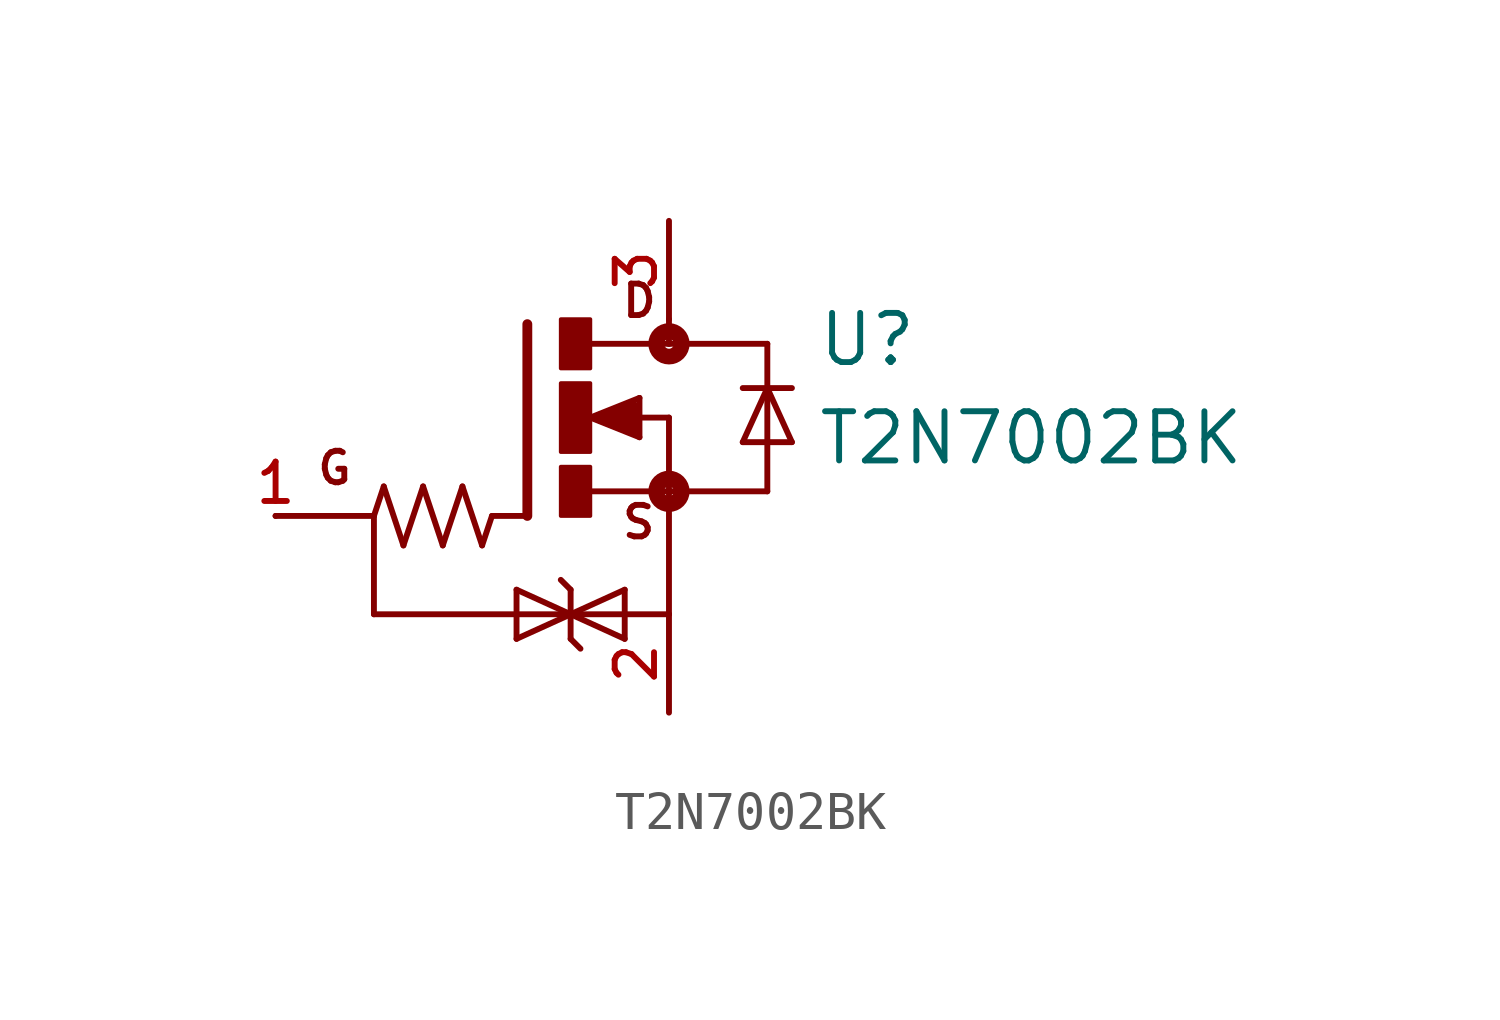
<source format=kicad_sym>
(kicad_symbol_lib
  (version 20211014)
  (generator kicad_symbol_editor)
  (symbol "T2N7002BK"
    (pin_names
      (offset 1.016))
    (property "Reference" "U"
      (at 6.35 1.27 0)
      (effects (font (size 1.27 1.27)) (justify bottom left)))
    (property "Value" "T2N7002BK"
      (at 6.35 -1.27 0)
      (effects (font (size 1.27 1.27)) (justify bottom left)))
    (symbol "T2N7002BK_0_0"
      (polyline (pts (xy -1.118 2.413) (xy -1.118 -2.54)) (stroke (width 0.254)))
      (polyline (pts (xy -1.118 -2.54) (xy -2.032 -2.54)) (stroke (width 0.152)))
      (polyline (pts (xy 2.54 1.905) (xy 0.533 1.905)) (stroke (width 0.152)))
      (polyline (pts (xy 2.54 0.0) (xy 2.54 -1.905)) (stroke (width 0.152)))
      (polyline (pts (xy 0.508 -1.905) (xy 2.54 -1.905)) (stroke (width 0.152)))
      (polyline (pts (xy 2.54 2.54) (xy 2.54 1.905)) (stroke (width 0.152)))
      (polyline (pts (xy 2.54 1.905) (xy 5.08 1.905)) (stroke (width 0.152)))
      (polyline (pts (xy 5.08 1.905) (xy 5.08 0.762)) (stroke (width 0.152)))
      (polyline (pts (xy 5.08 0.762) (xy 5.08 -1.905)) (stroke (width 0.152)))
      (polyline (pts (xy 5.08 -1.905) (xy 2.54 -1.905)) (stroke (width 0.152)))
      (polyline (pts (xy 5.08 0.762) (xy 4.445 -0.635)) (stroke (width 0.152)))
      (polyline (pts (xy 4.445 -0.635) (xy 5.715 -0.635)) (stroke (width 0.152)))
      (polyline (pts (xy 5.715 -0.635) (xy 5.08 0.762)) (stroke (width 0.152)))
      (polyline (pts (xy 4.445 0.762) (xy 5.08 0.762)) (stroke (width 0.152)))
      (polyline (pts (xy 5.08 0.762) (xy 5.715 0.762)) (stroke (width 0.152)))
      (polyline (pts (xy 0.508 0.0) (xy 1.778 -0.508)) (stroke (width 0.152)))
      (polyline (pts (xy 1.778 -0.508) (xy 1.778 0.508)) (stroke (width 0.152)))
      (polyline (pts (xy 1.778 0.508) (xy 0.508 0.0)) (stroke (width 0.152)))
      (polyline (pts (xy 1.651 0.0) (xy 2.54 0.0)) (stroke (width 0.152)))
      (polyline (pts (xy 1.651 0.254) (xy 0.762 0.0)) (stroke (width 0.305)))
      (polyline (pts (xy 0.762 0.0) (xy 1.651 -0.254)) (stroke (width 0.305)))
      (polyline (pts (xy 1.651 -0.254) (xy 1.651 0.0)) (stroke (width 0.305)))
      (polyline (pts (xy 1.651 0.0) (xy 1.397 0.0)) (stroke (width 0.305)))
      (circle (center 2.54 -1.905) (radius 0.127) (stroke (width 0.406)) (fill (type none)))
      (circle (center 2.54 1.905) (radius 0.127) (stroke (width 0.406)) (fill (type none)))
      (text "D" (at 1.27 2.54 0) (effects (font (size 0.813 0.813)) (justify bottom left)))
      (text "S" (at 1.27 -3.175 0) (effects (font (size 0.813 0.813)) (justify bottom left)))
      (text "G" (at -6.604 -1.778 0) (effects (font (size 0.813 0.813)) (justify bottom left)))
      (rectangle (start -0.254 -2.54) (end 0.508 -1.27) (stroke (width 0.1)) (fill (type outline)))
      (rectangle (start -0.254 1.27) (end 0.508 2.54) (stroke (width 0.1)) (fill (type outline)))
      (rectangle (start -0.254 -0.889) (end 0.508 0.889) (stroke (width 0.1)) (fill (type outline)))
      (polyline (pts (xy 0.0 -5.08) (xy 2.54 -5.08)) (stroke (width 0.152)))
      (polyline (pts (xy 0.0 -5.08) (xy 1.397 -5.715)) (stroke (width 0.152)))
      (polyline (pts (xy 1.397 -5.715) (xy 1.397 -4.445)) (stroke (width 0.152)))
      (polyline (pts (xy 1.397 -4.445) (xy 0.0 -5.08)) (stroke (width 0.152)))
      (polyline (pts (xy 0.0 -5.08) (xy -1.397 -4.445)) (stroke (width 0.152)))
      (polyline (pts (xy -1.397 -4.445) (xy -1.397 -5.715)) (stroke (width 0.152)))
      (polyline (pts (xy -1.397 -5.715) (xy 0.0 -5.08)) (stroke (width 0.152)))
      (polyline (pts (xy 0.0 -4.445) (xy 0.0 -5.08)) (stroke (width 0.152)))
      (polyline (pts (xy 0.0 -5.08) (xy 0.0 -5.715)) (stroke (width 0.152)))
      (polyline (pts (xy 0.0 -5.715) (xy 0.254 -5.969)) (stroke (width 0.152)))
      (polyline (pts (xy 0.0 -4.445) (xy -0.254 -4.191)) (stroke (width 0.152)))
      (polyline (pts (xy -5.08 -2.54) (xy -5.08 -5.08)) (stroke (width 0.152)))
      (polyline (pts (xy -5.08 -5.08) (xy 0.0 -5.08)) (stroke (width 0.152)))
      (polyline (pts (xy 2.54 -1.905) (xy 2.54 -5.08)) (stroke (width 0.152)))
      (polyline (pts (xy -4.826 -1.778) (xy -5.08 -2.54)) (stroke (width 0.152)))
      (polyline (pts (xy -4.826 -1.778) (xy -4.318 -3.302)) (stroke (width 0.152)))
      (polyline (pts (xy -4.318 -3.302) (xy -3.81 -1.778)) (stroke (width 0.152)))
      (polyline (pts (xy -3.81 -1.778) (xy -3.302 -3.302)) (stroke (width 0.152)))
      (polyline (pts (xy -3.302 -3.302) (xy -2.794 -1.778)) (stroke (width 0.152)))
      (polyline (pts (xy -2.794 -1.778) (xy -2.286 -3.302)) (stroke (width 0.152)))
      (polyline (pts (xy -5.08 -2.54) (xy -7.62 -2.54)) (stroke (width 0.152)))
      (polyline (pts (xy -2.286 -3.302) (xy -2.032 -2.54)) (stroke (width 0.152)))
      (pin passive line (at -7.62 -2.54 0) (length 0) (name "~" (effects (font (size 1.016 1.016)))) (number "1" (effects (font (size 1.016 1.016)))))
      (pin passive line (at 2.54 5.08 270.0) (length 2.54) (name "~" (effects (font (size 1.016 1.016)))) (number "3" (effects (font (size 1.016 1.016)))))
      (pin passive line (at 2.54 -7.62 90.0) (length 2.54) (name "~" (effects (font (size 1.016 1.016)))) (number "2" (effects (font (size 1.016 1.016))))))))
</source>
